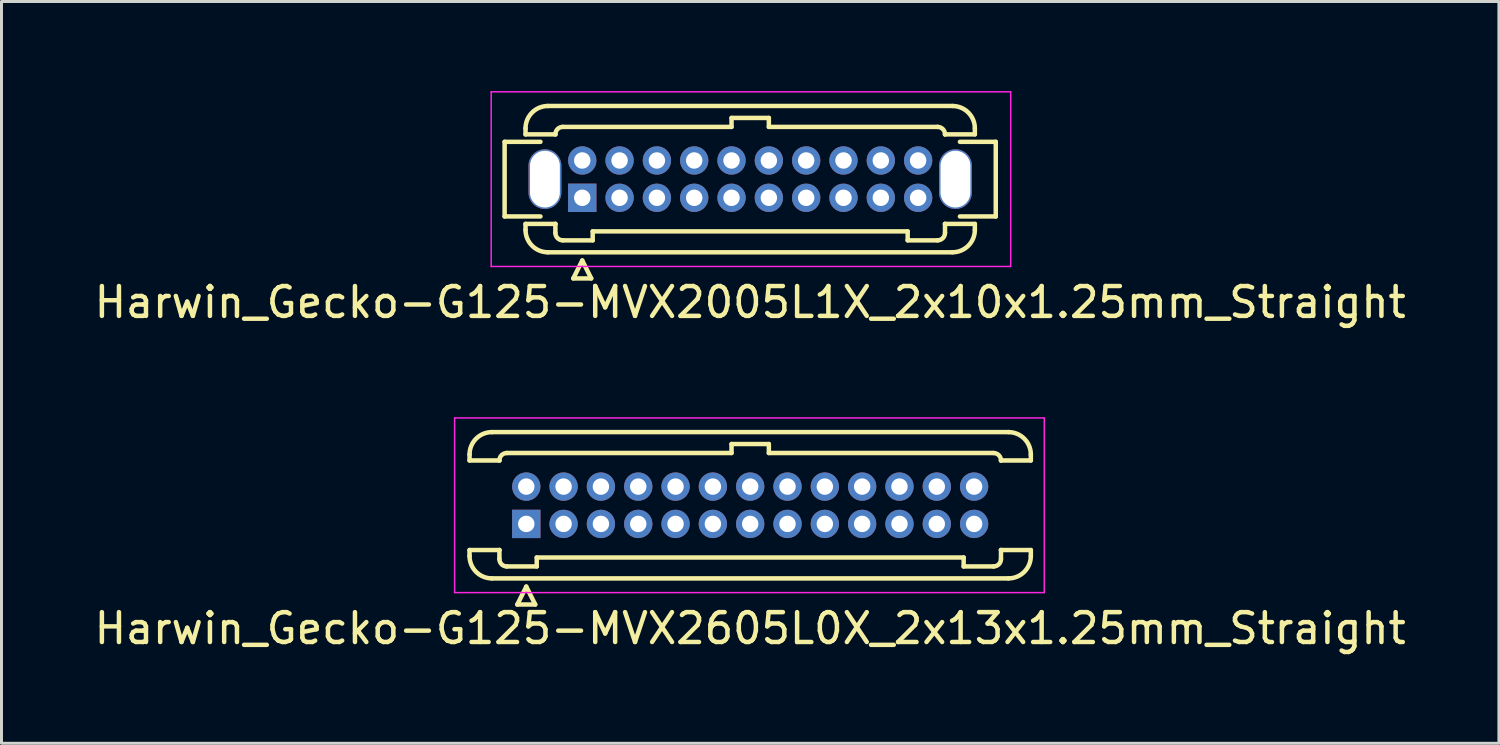
<source format=kicad_pcb>
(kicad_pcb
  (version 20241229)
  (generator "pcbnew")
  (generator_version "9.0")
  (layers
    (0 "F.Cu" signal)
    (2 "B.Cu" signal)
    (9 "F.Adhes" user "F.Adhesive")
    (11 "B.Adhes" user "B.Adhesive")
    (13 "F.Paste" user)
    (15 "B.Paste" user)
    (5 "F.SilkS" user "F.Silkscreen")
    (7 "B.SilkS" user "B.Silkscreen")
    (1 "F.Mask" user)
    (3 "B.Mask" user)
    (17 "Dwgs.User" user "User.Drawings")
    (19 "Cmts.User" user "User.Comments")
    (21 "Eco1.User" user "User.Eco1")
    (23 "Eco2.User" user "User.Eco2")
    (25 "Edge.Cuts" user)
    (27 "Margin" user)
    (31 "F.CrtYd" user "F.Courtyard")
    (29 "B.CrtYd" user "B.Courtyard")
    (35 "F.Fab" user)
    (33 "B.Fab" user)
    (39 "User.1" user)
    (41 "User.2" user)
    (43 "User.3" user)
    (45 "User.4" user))
  (footprint "Harwin_Gecko-G125-MVX2605L0X_2x13x1.25mm_Straight"
    (layer "F.Cu")
    (at 14.577 14.498)
    (property "Reference" "Harwin_Gecko-G125-MVX2605L0X_2x13x1.25mm_Straight" (at 7.5 3.5 0) (layer "F.SilkS") (effects (font (size 1 1) (thickness 0.15))))
    (attr through_hole)
    (fp_line (start -1.9 -2.325) (end -1.9 -2.125) (stroke (width 0.15) (type solid)) (layer "F.SilkS"))
    (fp_line (start -1.9 -2.125) (end -0.9 -2.125) (stroke (width 0.15) (type solid)) (layer "F.SilkS"))
    (fp_line (start -1.9 0.875) (end -0.9 0.875) (stroke (width 0.15) (type solid)) (layer "F.SilkS"))
    (fp_line (start -1.9 1.075) (end -1.9 0.875) (stroke (width 0.15) (type solid)) (layer "F.SilkS"))
    (fp_line (start -1.15 -3.075) (end 16.15 -3.075) (stroke (width 0.15) (type solid)) (layer "F.SilkS"))
    (fp_line (start -1.15 1.825) (end 16.15 1.825) (stroke (width 0.15) (type solid)) (layer "F.SilkS"))
    (fp_line (start -0.9 -2.125) (end -0.9 -2.125) (stroke (width 0.15) (type solid)) (layer "F.SilkS"))
    (fp_line (start -0.9 0.875) (end -0.9 0.875) (stroke (width 0.15) (type solid)) (layer "F.SilkS"))
    (fp_line (start -0.9 1.175) (end -0.9 0.875) (stroke (width 0.15) (type solid)) (layer "F.SilkS"))
    (fp_line (start -0.65 -2.375) (end 6.875 -2.375) (stroke (width 0.15) (type solid)) (layer "F.SilkS"))
    (fp_line (start -0.65 1.425) (end 0.35 1.425) (stroke (width 0.15) (type solid)) (layer "F.SilkS"))
    (fp_line (start -0.3 2.7) (end 0.3 2.7) (stroke (width 0.15) (type solid)) (layer "F.SilkS"))
    (fp_line (start 0 2.1) (end -0.3 2.7) (stroke (width 0.15) (type solid)) (layer "F.SilkS"))
    (fp_line (start 0.3 2.7) (end 0 2.1) (stroke (width 0.15) (type solid)) (layer "F.SilkS"))
    (fp_line (start 0.35 1.125) (end 14.65 1.125) (stroke (width 0.15) (type solid)) (layer "F.SilkS"))
    (fp_line (start 0.35 1.425) (end 0.35 1.125) (stroke (width 0.15) (type solid)) (layer "F.SilkS"))
    (fp_line (start 6.875 -2.675) (end 8.125 -2.675) (stroke (width 0.15) (type solid)) (layer "F.SilkS"))
    (fp_line (start 6.875 -2.375) (end 6.875 -2.675) (stroke (width 0.15) (type solid)) (layer "F.SilkS"))
    (fp_line (start 8.125 -2.675) (end 8.125 -2.375) (stroke (width 0.15) (type solid)) (layer "F.SilkS"))
    (fp_line (start 8.125 -2.375) (end 15.65 -2.375) (stroke (width 0.15) (type solid)) (layer "F.SilkS"))
    (fp_line (start 14.65 1.125) (end 14.65 1.425) (stroke (width 0.15) (type solid)) (layer "F.SilkS"))
    (fp_line (start 14.65 1.425) (end 15.65 1.425) (stroke (width 0.15) (type solid)) (layer "F.SilkS"))
    (fp_line (start 15.9 -2.125) (end 15.9 -2.125) (stroke (width 0.15) (type solid)) (layer "F.SilkS"))
    (fp_line (start 15.9 0.875) (end 15.9 0.875) (stroke (width 0.15) (type solid)) (layer "F.SilkS"))
    (fp_line (start 15.9 1.175) (end 15.9 0.875) (stroke (width 0.15) (type solid)) (layer "F.SilkS"))
    (fp_line (start 16.9 -2.325) (end 16.9 -2.125) (stroke (width 0.15) (type solid)) (layer "F.SilkS"))
    (fp_line (start 16.9 -2.125) (end 15.9 -2.125) (stroke (width 0.15) (type solid)) (layer "F.SilkS"))
    (fp_line (start 16.9 0.875) (end 15.9 0.875) (stroke (width 0.15) (type solid)) (layer "F.SilkS"))
    (fp_line (start 16.9 1.075) (end 16.9 0.875) (stroke (width 0.15) (type solid)) (layer "F.SilkS"))
    (fp_arc (start -1.9 -2.325) (mid -1.68033 -2.85533) (end -1.15 -3.075) (stroke (width 0.15) (type solid)) (layer "F.SilkS"))
    (fp_arc (start -1.15 1.825) (mid -1.68033 1.60533) (end -1.9 1.075) (stroke (width 0.15) (type solid)) (layer "F.SilkS"))
    (fp_arc (start -0.9 -2.125) (mid -0.826777 -2.301777) (end -0.65 -2.375) (stroke (width 0.15) (type solid)) (layer "F.SilkS"))
    (fp_arc (start -0.65 1.425) (mid -0.826777 1.351777) (end -0.9 1.175) (stroke (width 0.15) (type solid)) (layer "F.SilkS"))
    (fp_arc (start 15.65 -2.375) (mid 15.826777 -2.301777) (end 15.9 -2.125) (stroke (width 0.15) (type solid)) (layer "F.SilkS"))
    (fp_arc (start 15.9 1.175) (mid 15.826777 1.351777) (end 15.65 1.425) (stroke (width 0.15) (type solid)) (layer "F.SilkS"))
    (fp_arc (start 16.15 -3.075) (mid 16.68033 -2.85533) (end 16.9 -2.325) (stroke (width 0.15) (type solid)) (layer "F.SilkS"))
    (fp_arc (start 16.9 1.075) (mid 16.68033 1.60533) (end 16.15 1.825) (stroke (width 0.15) (type solid)) (layer "F.SilkS"))
    (fp_line (start -2.4 -3.55) (end -2.4 2.3) (stroke (width 0.05) (type solid)) (layer "F.CrtYd"))
    (fp_line (start -2.4 2.3) (end 17.35 2.3) (stroke (width 0.05) (type solid)) (layer "F.CrtYd"))
    (fp_line (start 17.35 -3.55) (end -2.4 -3.55) (stroke (width 0.05) (type solid)) (layer "F.CrtYd"))
    (fp_line (start 17.35 2.3) (end 17.35 -3.55) (stroke (width 0.05) (type solid)) (layer "F.CrtYd"))
    (pad "1" thru_hole rect (at 0 0) (size 0.95 0.95) (drill 0.55) (layers "*.Cu" "*.Mask"))
    (pad "2" thru_hole circle (at 0 -1.25) (size 0.95 0.95) (drill 0.55) (layers "*.Cu" "*.Mask"))
    (pad "3" thru_hole circle (at 1.25 0) (size 0.95 0.95) (drill 0.55) (layers "*.Cu" "*.Mask"))
    (pad "4" thru_hole circle (at 1.25 -1.25) (size 0.95 0.95) (drill 0.55) (layers "*.Cu" "*.Mask"))
    (pad "5" thru_hole circle (at 2.5 0) (size 0.95 0.95) (drill 0.55) (layers "*.Cu" "*.Mask"))
    (pad "6" thru_hole circle (at 2.5 -1.25) (size 0.95 0.95) (drill 0.55) (layers "*.Cu" "*.Mask"))
    (pad "7" thru_hole circle (at 3.75 0) (size 0.95 0.95) (drill 0.55) (layers "*.Cu" "*.Mask"))
    (pad "8" thru_hole circle (at 3.75 -1.25) (size 0.95 0.95) (drill 0.55) (layers "*.Cu" "*.Mask"))
    (pad "9" thru_hole circle (at 5 0) (size 0.95 0.95) (drill 0.55) (layers "*.Cu" "*.Mask"))
    (pad "10" thru_hole circle (at 5 -1.25) (size 0.95 0.95) (drill 0.55) (layers "*.Cu" "*.Mask"))
    (pad "11" thru_hole circle (at 6.25 0) (size 0.95 0.95) (drill 0.55) (layers "*.Cu" "*.Mask"))
    (pad "12" thru_hole circle (at 6.25 -1.25) (size 0.95 0.95) (drill 0.55) (layers "*.Cu" "*.Mask"))
    (pad "13" thru_hole circle (at 7.5 0) (size 0.95 0.95) (drill 0.55) (layers "*.Cu" "*.Mask"))
    (pad "14" thru_hole circle (at 7.5 -1.25) (size 0.95 0.95) (drill 0.55) (layers "*.Cu" "*.Mask"))
    (pad "15" thru_hole circle (at 8.75 0) (size 0.95 0.95) (drill 0.55) (layers "*.Cu" "*.Mask"))
    (pad "16" thru_hole circle (at 8.75 -1.25) (size 0.95 0.95) (drill 0.55) (layers "*.Cu" "*.Mask"))
    (pad "17" thru_hole circle (at 10 0) (size 0.95 0.95) (drill 0.55) (layers "*.Cu" "*.Mask"))
    (pad "18" thru_hole circle (at 10 -1.25) (size 0.95 0.95) (drill 0.55) (layers "*.Cu" "*.Mask"))
    (pad "19" thru_hole circle (at 11.25 0) (size 0.95 0.95) (drill 0.55) (layers "*.Cu" "*.Mask"))
    (pad "20" thru_hole circle (at 11.25 -1.25) (size 0.95 0.95) (drill 0.55) (layers "*.Cu" "*.Mask"))
    (pad "21" thru_hole circle (at 12.5 0) (size 0.95 0.95) (drill 0.55) (layers "*.Cu" "*.Mask"))
    (pad "22" thru_hole circle (at 12.5 -1.25) (size 0.95 0.95) (drill 0.55) (layers "*.Cu" "*.Mask"))
    (pad "23" thru_hole circle (at 13.75 0) (size 0.95 0.95) (drill 0.55) (layers "*.Cu" "*.Mask"))
    (pad "24" thru_hole circle (at 13.75 -1.25) (size 0.95 0.95) (drill 0.55) (layers "*.Cu" "*.Mask"))
    (pad "25" thru_hole circle (at 15 0) (size 0.95 0.95) (drill 0.55) (layers "*.Cu" "*.Mask"))
    (pad "26" thru_hole circle (at 15 -1.25) (size 0.95 0.95) (drill 0.55) (layers "*.Cu" "*.Mask")))
  (footprint "Harwin_Gecko-G125-MVX2005L1X_2x10x1.25mm_Straight"
    (layer "F.Cu")
    (at 16.452 3.575)
    (property "Reference" "Harwin_Gecko-G125-MVX2005L1X_2x10x1.25mm_Straight" (at 5.625 3.5 0) (layer "F.SilkS") (effects (font (size 1 1) (thickness 0.15))))
    (attr through_hole)
    (fp_line (start -2.6 -1.875) (end -2.6 0.625) (stroke (width 0.15) (type solid)) (layer "F.SilkS"))
    (fp_line (start -2.6 0.625) (end -1.4 0.625) (stroke (width 0.15) (type solid)) (layer "F.SilkS"))
    (fp_line (start -1.9 -2.325) (end -1.9 -2.125) (stroke (width 0.15) (type solid)) (layer "F.SilkS"))
    (fp_line (start -1.9 -2.125) (end -0.9 -2.125) (stroke (width 0.15) (type solid)) (layer "F.SilkS"))
    (fp_line (start -1.9 0.875) (end -0.9 0.875) (stroke (width 0.15) (type solid)) (layer "F.SilkS"))
    (fp_line (start -1.9 1.075) (end -1.9 0.875) (stroke (width 0.15) (type solid)) (layer "F.SilkS"))
    (fp_line (start -1.4 -1.875) (end -2.6 -1.875) (stroke (width 0.15) (type solid)) (layer "F.SilkS"))
    (fp_line (start -1.15 -3.075) (end 12.4 -3.075) (stroke (width 0.15) (type solid)) (layer "F.SilkS"))
    (fp_line (start -1.15 1.825) (end 12.4 1.825) (stroke (width 0.15) (type solid)) (layer "F.SilkS"))
    (fp_line (start -0.9 -2.125) (end -0.9 -2.125) (stroke (width 0.15) (type solid)) (layer "F.SilkS"))
    (fp_line (start -0.9 0.875) (end -0.9 0.875) (stroke (width 0.15) (type solid)) (layer "F.SilkS"))
    (fp_line (start -0.9 1.175) (end -0.9 0.875) (stroke (width 0.15) (type solid)) (layer "F.SilkS"))
    (fp_line (start -0.65 -2.375) (end 5 -2.375) (stroke (width 0.15) (type solid)) (layer "F.SilkS"))
    (fp_line (start -0.65 1.425) (end 0.35 1.425) (stroke (width 0.15) (type solid)) (layer "F.SilkS"))
    (fp_line (start -0.3 2.7) (end 0.3 2.7) (stroke (width 0.15) (type solid)) (layer "F.SilkS"))
    (fp_line (start 0 2.1) (end -0.3 2.7) (stroke (width 0.15) (type solid)) (layer "F.SilkS"))
    (fp_line (start 0.3 2.7) (end 0 2.1) (stroke (width 0.15) (type solid)) (layer "F.SilkS"))
    (fp_line (start 0.35 1.125) (end 10.9 1.125) (stroke (width 0.15) (type solid)) (layer "F.SilkS"))
    (fp_line (start 0.35 1.425) (end 0.35 1.125) (stroke (width 0.15) (type solid)) (layer "F.SilkS"))
    (fp_line (start 5 -2.675) (end 6.25 -2.675) (stroke (width 0.15) (type solid)) (layer "F.SilkS"))
    (fp_line (start 5 -2.375) (end 5 -2.675) (stroke (width 0.15) (type solid)) (layer "F.SilkS"))
    (fp_line (start 6.25 -2.675) (end 6.25 -2.375) (stroke (width 0.15) (type solid)) (layer "F.SilkS"))
    (fp_line (start 6.25 -2.375) (end 11.9 -2.375) (stroke (width 0.15) (type solid)) (layer "F.SilkS"))
    (fp_line (start 10.9 1.125) (end 10.9 1.425) (stroke (width 0.15) (type solid)) (layer "F.SilkS"))
    (fp_line (start 10.9 1.425) (end 11.9 1.425) (stroke (width 0.15) (type solid)) (layer "F.SilkS"))
    (fp_line (start 12.15 -2.125) (end 12.15 -2.125) (stroke (width 0.15) (type solid)) (layer "F.SilkS"))
    (fp_line (start 12.15 0.875) (end 12.15 0.875) (stroke (width 0.15) (type solid)) (layer "F.SilkS"))
    (fp_line (start 12.15 1.175) (end 12.15 0.875) (stroke (width 0.15) (type solid)) (layer "F.SilkS"))
    (fp_line (start 12.65 -1.875) (end 13.85 -1.875) (stroke (width 0.15) (type solid)) (layer "F.SilkS"))
    (fp_line (start 13.15 -2.325) (end 13.15 -2.125) (stroke (width 0.15) (type solid)) (layer "F.SilkS"))
    (fp_line (start 13.15 -2.125) (end 12.15 -2.125) (stroke (width 0.15) (type solid)) (layer "F.SilkS"))
    (fp_line (start 13.15 0.875) (end 12.15 0.875) (stroke (width 0.15) (type solid)) (layer "F.SilkS"))
    (fp_line (start 13.15 1.075) (end 13.15 0.875) (stroke (width 0.15) (type solid)) (layer "F.SilkS"))
    (fp_line (start 13.85 -1.875) (end 13.85 0.625) (stroke (width 0.15) (type solid)) (layer "F.SilkS"))
    (fp_line (start 13.85 0.625) (end 12.65 0.625) (stroke (width 0.15) (type solid)) (layer "F.SilkS"))
    (fp_arc (start -1.9 -2.325) (mid -1.68033 -2.85533) (end -1.15 -3.075) (stroke (width 0.15) (type solid)) (layer "F.SilkS"))
    (fp_arc (start -1.15 1.825) (mid -1.68033 1.60533) (end -1.9 1.075) (stroke (width 0.15) (type solid)) (layer "F.SilkS"))
    (fp_arc (start -0.9 -2.125) (mid -0.826777 -2.301777) (end -0.65 -2.375) (stroke (width 0.15) (type solid)) (layer "F.SilkS"))
    (fp_arc (start -0.65 1.425) (mid -0.826777 1.351777) (end -0.9 1.175) (stroke (width 0.15) (type solid)) (layer "F.SilkS"))
    (fp_arc (start 11.9 -2.375) (mid 12.076777 -2.301777) (end 12.15 -2.125) (stroke (width 0.15) (type solid)) (layer "F.SilkS"))
    (fp_arc (start 12.15 1.175) (mid 12.076777 1.351777) (end 11.9 1.425) (stroke (width 0.15) (type solid)) (layer "F.SilkS"))
    (fp_arc (start 12.4 -3.075) (mid 12.93033 -2.85533) (end 13.15 -2.325) (stroke (width 0.15) (type solid)) (layer "F.SilkS"))
    (fp_arc (start 13.15 1.075) (mid 12.93033 1.60533) (end 12.4 1.825) (stroke (width 0.15) (type solid)) (layer "F.SilkS"))
    (fp_line (start -3.05 -3.55) (end -3.05 2.3) (stroke (width 0.05) (type solid)) (layer "F.CrtYd"))
    (fp_line (start -3.05 2.3) (end 14.35 2.3) (stroke (width 0.05) (type solid)) (layer "F.CrtYd"))
    (fp_line (start 14.35 -3.55) (end -3.05 -3.55) (stroke (width 0.05) (type solid)) (layer "F.CrtYd"))
    (fp_line (start 14.35 2.3) (end 14.35 -3.55) (stroke (width 0.05) (type solid)) (layer "F.CrtYd"))
    (pad "" np_thru_hole oval (at -1.25 -0.625) (size 1.1 2) (drill oval 1 1.9) (layers "*.Cu" "*.Mask"))
    (pad "" np_thru_hole oval (at 12.5 -0.625) (size 1.1 2) (drill oval 1 1.9) (layers "*.Cu" "*.Mask"))
    (pad "1" thru_hole rect (at 0 0) (size 0.95 0.95) (drill 0.55) (layers "*.Cu" "*.Mask"))
    (pad "2" thru_hole circle (at 0 -1.25) (size 0.95 0.95) (drill 0.55) (layers "*.Cu" "*.Mask"))
    (pad "3" thru_hole circle (at 1.25 0) (size 0.95 0.95) (drill 0.55) (layers "*.Cu" "*.Mask"))
    (pad "4" thru_hole circle (at 1.25 -1.25) (size 0.95 0.95) (drill 0.55) (layers "*.Cu" "*.Mask"))
    (pad "5" thru_hole circle (at 2.5 0) (size 0.95 0.95) (drill 0.55) (layers "*.Cu" "*.Mask"))
    (pad "6" thru_hole circle (at 2.5 -1.25) (size 0.95 0.95) (drill 0.55) (layers "*.Cu" "*.Mask"))
    (pad "7" thru_hole circle (at 3.75 0) (size 0.95 0.95) (drill 0.55) (layers "*.Cu" "*.Mask"))
    (pad "8" thru_hole circle (at 3.75 -1.25) (size 0.95 0.95) (drill 0.55) (layers "*.Cu" "*.Mask"))
    (pad "9" thru_hole circle (at 5 0) (size 0.95 0.95) (drill 0.55) (layers "*.Cu" "*.Mask"))
    (pad "10" thru_hole circle (at 5 -1.25) (size 0.95 0.95) (drill 0.55) (layers "*.Cu" "*.Mask"))
    (pad "11" thru_hole circle (at 6.25 0) (size 0.95 0.95) (drill 0.55) (layers "*.Cu" "*.Mask"))
    (pad "12" thru_hole circle (at 6.25 -1.25) (size 0.95 0.95) (drill 0.55) (layers "*.Cu" "*.Mask"))
    (pad "13" thru_hole circle (at 7.5 0) (size 0.95 0.95) (drill 0.55) (layers "*.Cu" "*.Mask"))
    (pad "14" thru_hole circle (at 7.5 -1.25) (size 0.95 0.95) (drill 0.55) (layers "*.Cu" "*.Mask"))
    (pad "15" thru_hole circle (at 8.75 0) (size 0.95 0.95) (drill 0.55) (layers "*.Cu" "*.Mask"))
    (pad "16" thru_hole circle (at 8.75 -1.25) (size 0.95 0.95) (drill 0.55) (layers "*.Cu" "*.Mask"))
    (pad "17" thru_hole circle (at 10 0) (size 0.95 0.95) (drill 0.55) (layers "*.Cu" "*.Mask"))
    (pad "18" thru_hole circle (at 10 -1.25) (size 0.95 0.95) (drill 0.55) (layers "*.Cu" "*.Mask"))
    (pad "19" thru_hole circle (at 11.25 0) (size 0.95 0.95) (drill 0.55) (layers "*.Cu" "*.Mask"))
    (pad "20" thru_hole circle (at 11.25 -1.25) (size 0.95 0.95) (drill 0.55) (layers "*.Cu" "*.Mask")))
  (gr_rect
    (start -3 -3)
    (end 47.155 21.846)
    (stroke (width 0.1) (type default))
    (fill no)
    (layer "Edge.Cuts")))
</source>
